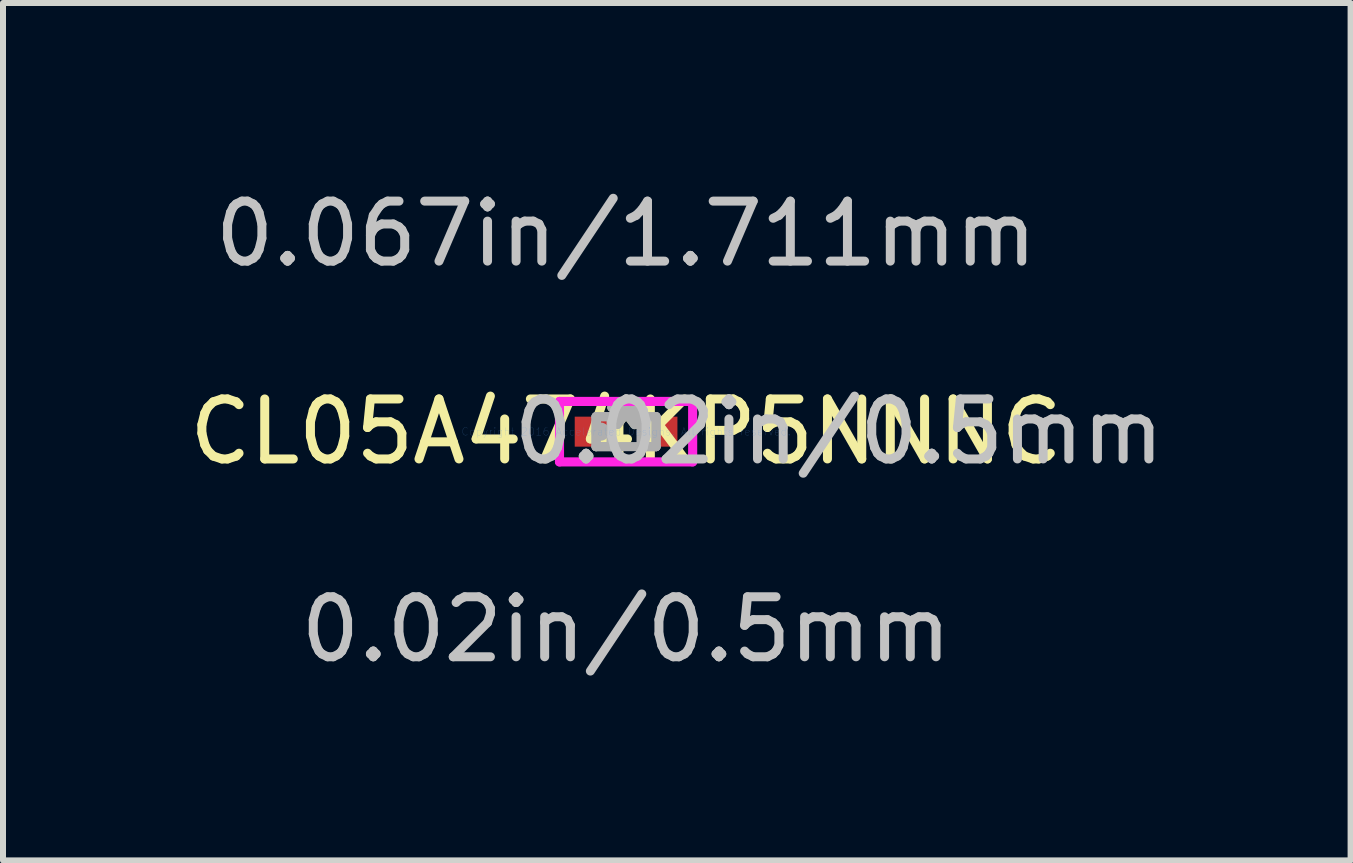
<source format=kicad_pcb>
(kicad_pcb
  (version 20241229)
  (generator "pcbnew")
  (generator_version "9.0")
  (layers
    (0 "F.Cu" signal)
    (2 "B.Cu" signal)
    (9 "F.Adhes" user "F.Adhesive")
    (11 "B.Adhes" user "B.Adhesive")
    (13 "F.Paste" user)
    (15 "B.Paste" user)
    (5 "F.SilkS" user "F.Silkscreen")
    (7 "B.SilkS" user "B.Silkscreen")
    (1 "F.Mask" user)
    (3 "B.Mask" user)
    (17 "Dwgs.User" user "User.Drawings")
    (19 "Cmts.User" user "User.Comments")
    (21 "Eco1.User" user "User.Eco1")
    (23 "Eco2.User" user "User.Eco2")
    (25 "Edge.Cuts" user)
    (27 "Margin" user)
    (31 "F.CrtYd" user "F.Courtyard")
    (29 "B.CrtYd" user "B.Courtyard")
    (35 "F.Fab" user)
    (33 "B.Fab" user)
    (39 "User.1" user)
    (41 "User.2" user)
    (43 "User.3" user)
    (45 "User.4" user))
  (footprint "CL05A474KP5NNNC"
    (layer "F.Cu")
    (at 7.387 4.146)
    (property "Reference" "CL05A474KP5NNNC" (at 0 0 0) (layer "F.SilkS") (effects (font (size 1 1) (thickness 0.15))))
    (attr through_hole)
    (fp_line (start -1.11 -0.504) (end 1.11 -0.504) (stroke (width 0.152) (type solid)) (layer "F.CrtYd"))
    (fp_line (start -1.11 0.504) (end -1.11 -0.504) (stroke (width 0.152) (type solid)) (layer "F.CrtYd"))
    (fp_line (start 1.11 -0.504) (end 1.11 0.504) (stroke (width 0.152) (type solid)) (layer "F.CrtYd"))
    (fp_line (start 1.11 0.504) (end -1.11 0.504) (stroke (width 0.152) (type solid)) (layer "F.CrtYd"))
    (fp_line (start -0.5 -0.25) (end -0.5 0.25) (stroke (width 0.152) (type solid)) (layer "F.Fab"))
    (fp_line (start -0.5 -0.25) (end -0.5 0.25) (stroke (width 0.152) (type solid)) (layer "F.Fab"))
    (fp_line (start -0.5 0.25) (end -0.25 0.25) (stroke (width 0.152) (type solid)) (layer "F.Fab"))
    (fp_line (start -0.5 0.25) (end 0.5 0.25) (stroke (width 0.152) (type solid)) (layer "F.Fab"))
    (fp_line (start -0.25 -0.25) (end -0.5 -0.25) (stroke (width 0.152) (type solid)) (layer "F.Fab"))
    (fp_line (start -0.25 0.25) (end -0.25 -0.25) (stroke (width 0.152) (type solid)) (layer "F.Fab"))
    (fp_line (start 0.25 -0.25) (end 0.25 0.25) (stroke (width 0.152) (type solid)) (layer "F.Fab"))
    (fp_line (start 0.25 0.25) (end 0.5 0.25) (stroke (width 0.152) (type solid)) (layer "F.Fab"))
    (fp_line (start 0.5 -0.25) (end -0.5 -0.25) (stroke (width 0.152) (type solid)) (layer "F.Fab"))
    (fp_line (start 0.5 -0.25) (end 0.25 -0.25) (stroke (width 0.152) (type solid)) (layer "F.Fab"))
    (fp_line (start 0.5 0.25) (end 0.5 -0.25) (stroke (width 0.152) (type solid)) (layer "F.Fab"))
    (fp_line (start 0.5 0.25) (end 0.5 -0.25) (stroke (width 0.152) (type solid)) (layer "F.Fab"))
    (fp_circle (center -0.426 0) (end -0.426 0) (stroke (width 0.152) (type solid)) (fill no) (layer "F.Fab"))
    (fp_text user "*" (at 0 0 0) (layer "F.SilkS") (effects (font (size 1 1) (thickness 0.15))))
    (fp_text user "0.02in/0.5mm" (at 0 3.298 0) (layer "Dwgs.User") (effects (font (size 1 1) (thickness 0.15))))
    (fp_text user "0.067in/1.711mm" (at 0 -3.298 0) (layer "Dwgs.User") (effects (font (size 1 1) (thickness 0.15))))
    (fp_text user "0.02in/0.5mm" (at 3.548 0 0) (layer "Dwgs.User") (effects (font (size 1 1) (thickness 0.15))))
    (fp_text user "Copyright 2016 Accelerated Designs. All rights reserved." (at 0 0 0) (layer "Cmts.User") (effects (font (size 0.127 0.127) (thickness 0.002))))
    (fp_text user "*" (at 0 0 0) (layer "F.Fab") (effects (font (size 1 1) (thickness 0.15))))
    (pad "1" smd rect (at -0.553 0) (size 0.606 0.5) (layers "F.Cu" "F.Mask" "F.Paste"))
    (pad "2" smd rect (at 0.553 0) (size 0.606 0.5) (layers "F.Cu" "F.Mask" "F.Paste")))
  (gr_rect
    (start -3 -3)
    (end 19.465 11.293)
    (stroke (width 0.1) (type default))
    (fill no)
    (layer "Edge.Cuts")))
</source>
